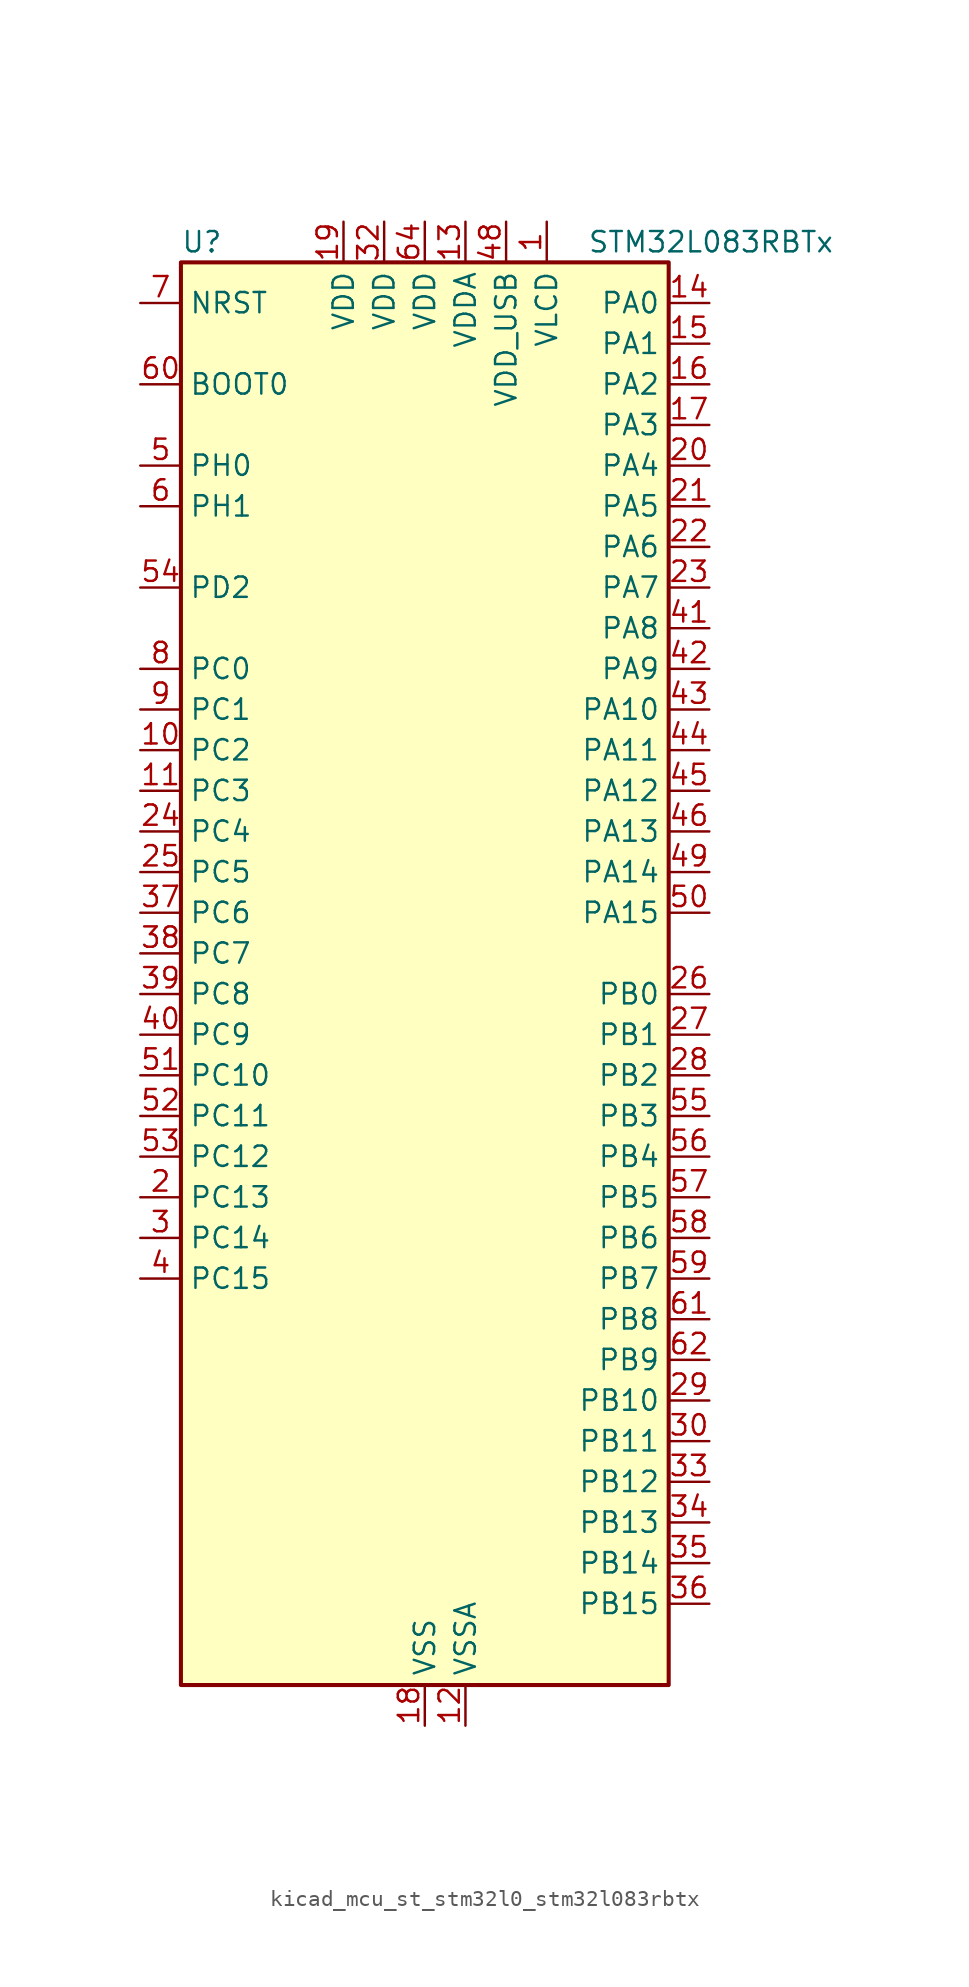
<source format=kicad_sym>
(kicad_symbol_lib
  (version 20220914)
  (generator kicad_symbol_editor)
  (symbol "kicad_mcu_st_stm32l0_stm32l083rbtx"
    (property "Reference" "U"
      (at -15.24 46.99 0)
      (effects (font (size 1.27 1.27)) (justify left)))
    (property "Value" "STM32L083RBTx"
      (at 10.16 46.99 0)
      (effects (font (size 1.27 1.27)) (justify left)))
    (property "ki_locked" ""
      (at 0 0 0)
      (effects (font (size 1.27 1.27))))
    (symbol "kicad_mcu_st_stm32l0_stm32l083rbtx_0_1"
      (rectangle (start -15.24 -43.18) (end 15.24 45.72) (stroke (width 0.254) (type default)) (fill (type background))))
    (symbol "kicad_mcu_st_stm32l0_stm32l083rbtx_1_1"
      (pin power_in line (at 7.62 48.26 270) (length 2.54) (name "VLCD" (effects (font (size 1.27 1.27)))) (number "1" (effects (font (size 1.27 1.27)))))
      (pin bidirectional line (at -17.78 15.24 0) (length 2.54) (name "PC2" (effects (font (size 1.27 1.27)))) (number "10" (effects (font (size 1.27 1.27)))) (alternate "ADC_IN12" bidirectional line) (alternate "I2S2_MCK" bidirectional line) (alternate "LCD_SEG20" bidirectional line) (alternate "LPTIM1_IN2" bidirectional line) (alternate "SPI2_MISO" bidirectional line) (alternate "TSC_G7_IO3" bidirectional line))
      (pin bidirectional line (at -17.78 12.7 0) (length 2.54) (name "PC3" (effects (font (size 1.27 1.27)))) (number "11" (effects (font (size 1.27 1.27)))) (alternate "ADC_IN13" bidirectional line) (alternate "I2S2_SD" bidirectional line) (alternate "LCD_SEG21" bidirectional line) (alternate "LPTIM1_ETR" bidirectional line) (alternate "SPI2_MOSI" bidirectional line) (alternate "TSC_G7_IO4" bidirectional line))
      (pin power_in line (at 2.54 -45.72 90) (length 2.54) (name "VSSA" (effects (font (size 1.27 1.27)))) (number "12" (effects (font (size 1.27 1.27)))))
      (pin power_in line (at 2.54 48.26 270) (length 2.54) (name "VDDA" (effects (font (size 1.27 1.27)))) (number "13" (effects (font (size 1.27 1.27)))))
      (pin bidirectional line (at 17.78 43.18 180) (length 2.54) (name "PA0" (effects (font (size 1.27 1.27)))) (number "14" (effects (font (size 1.27 1.27)))) (alternate "ADC_IN0" bidirectional line) (alternate "COMP1_INM" bidirectional line) (alternate "COMP1_OUT" bidirectional line) (alternate "RTC_TAMP2" bidirectional line) (alternate "SYS_WKUP1" bidirectional line) (alternate "TIM2_CH1" bidirectional line) (alternate "TIM2_ETR" bidirectional line) (alternate "TSC_G1_IO1" bidirectional line) (alternate "USART2_CTS" bidirectional line) (alternate "USART4_TX" bidirectional line))
      (pin bidirectional line (at 17.78 40.64 180) (length 2.54) (name "PA1" (effects (font (size 1.27 1.27)))) (number "15" (effects (font (size 1.27 1.27)))) (alternate "ADC_IN1" bidirectional line) (alternate "COMP1_INP" bidirectional line) (alternate "LCD_SEG0" bidirectional line) (alternate "TIM21_ETR" bidirectional line) (alternate "TIM2_CH2" bidirectional line) (alternate "TSC_G1_IO2" bidirectional line) (alternate "USART2_DE" bidirectional line) (alternate "USART2_RTS" bidirectional line) (alternate "USART4_RX" bidirectional line))
      (pin bidirectional line (at 17.78 38.1 180) (length 2.54) (name "PA2" (effects (font (size 1.27 1.27)))) (number "16" (effects (font (size 1.27 1.27)))) (alternate "ADC_IN2" bidirectional line) (alternate "COMP2_INM" bidirectional line) (alternate "COMP2_OUT" bidirectional line) (alternate "LCD_SEG1" bidirectional line) (alternate "LPUART1_TX" bidirectional line) (alternate "TIM21_CH1" bidirectional line) (alternate "TIM2_CH3" bidirectional line) (alternate "TSC_G1_IO3" bidirectional line) (alternate "USART2_TX" bidirectional line))
      (pin bidirectional line (at 17.78 35.56 180) (length 2.54) (name "PA3" (effects (font (size 1.27 1.27)))) (number "17" (effects (font (size 1.27 1.27)))) (alternate "ADC_IN3" bidirectional line) (alternate "COMP2_INP" bidirectional line) (alternate "LCD_SEG2" bidirectional line) (alternate "LPUART1_RX" bidirectional line) (alternate "TIM21_CH2" bidirectional line) (alternate "TIM2_CH4" bidirectional line) (alternate "TSC_G1_IO4" bidirectional line) (alternate "USART2_RX" bidirectional line))
      (pin power_in line (at 0 -45.72 90) (length 2.54) (name "VSS" (effects (font (size 1.27 1.27)))) (number "18" (effects (font (size 1.27 1.27)))))
      (pin power_in line (at -5.08 48.26 270) (length 2.54) (name "VDD" (effects (font (size 1.27 1.27)))) (number "19" (effects (font (size 1.27 1.27)))))
      (pin bidirectional line (at -17.78 -12.7 0) (length 2.54) (name "PC13" (effects (font (size 1.27 1.27)))) (number "2" (effects (font (size 1.27 1.27)))) (alternate "RTC_OUT_ALARM" bidirectional line) (alternate "RTC_OUT_CALIB" bidirectional line) (alternate "RTC_TAMP1" bidirectional line) (alternate "RTC_TS" bidirectional line) (alternate "SYS_WKUP2" bidirectional line))
      (pin bidirectional line (at 17.78 33.02 180) (length 2.54) (name "PA4" (effects (font (size 1.27 1.27)))) (number "20" (effects (font (size 1.27 1.27)))) (alternate "ADC_IN4" bidirectional line) (alternate "COMP1_INM" bidirectional line) (alternate "COMP2_INM" bidirectional line) (alternate "DAC_OUT1" bidirectional line) (alternate "SPI1_NSS" bidirectional line) (alternate "TIM22_ETR" bidirectional line) (alternate "TSC_G2_IO1" bidirectional line) (alternate "USART2_CK" bidirectional line))
      (pin bidirectional line (at 17.78 30.48 180) (length 2.54) (name "PA5" (effects (font (size 1.27 1.27)))) (number "21" (effects (font (size 1.27 1.27)))) (alternate "ADC_IN5" bidirectional line) (alternate "COMP1_INM" bidirectional line) (alternate "COMP2_INM" bidirectional line) (alternate "DAC_OUT2" bidirectional line) (alternate "SPI1_SCK" bidirectional line) (alternate "TIM2_CH1" bidirectional line) (alternate "TIM2_ETR" bidirectional line) (alternate "TSC_G2_IO2" bidirectional line))
      (pin bidirectional line (at 17.78 27.94 180) (length 2.54) (name "PA6" (effects (font (size 1.27 1.27)))) (number "22" (effects (font (size 1.27 1.27)))) (alternate "ADC_IN6" bidirectional line) (alternate "COMP1_OUT" bidirectional line) (alternate "LCD_SEG3" bidirectional line) (alternate "LPUART1_CTS" bidirectional line) (alternate "SPI1_MISO" bidirectional line) (alternate "TIM22_CH1" bidirectional line) (alternate "TIM3_CH1" bidirectional line) (alternate "TSC_G2_IO3" bidirectional line))
      (pin bidirectional line (at 17.78 25.4 180) (length 2.54) (name "PA7" (effects (font (size 1.27 1.27)))) (number "23" (effects (font (size 1.27 1.27)))) (alternate "ADC_IN7" bidirectional line) (alternate "COMP2_OUT" bidirectional line) (alternate "LCD_SEG4" bidirectional line) (alternate "SPI1_MOSI" bidirectional line) (alternate "TIM22_CH2" bidirectional line) (alternate "TIM3_CH2" bidirectional line) (alternate "TSC_G2_IO4" bidirectional line))
      (pin bidirectional line (at -17.78 10.16 0) (length 2.54) (name "PC4" (effects (font (size 1.27 1.27)))) (number "24" (effects (font (size 1.27 1.27)))) (alternate "ADC_IN14" bidirectional line) (alternate "LCD_SEG22" bidirectional line) (alternate "LPUART1_TX" bidirectional line))
      (pin bidirectional line (at -17.78 7.62 0) (length 2.54) (name "PC5" (effects (font (size 1.27 1.27)))) (number "25" (effects (font (size 1.27 1.27)))) (alternate "ADC_IN15" bidirectional line) (alternate "LCD_SEG23" bidirectional line) (alternate "LPUART1_RX" bidirectional line) (alternate "TSC_G3_IO1" bidirectional line))
      (pin bidirectional line (at 17.78 0 180) (length 2.54) (name "PB0" (effects (font (size 1.27 1.27)))) (number "26" (effects (font (size 1.27 1.27)))) (alternate "ADC_IN8" bidirectional line) (alternate "LCD_SEG5" bidirectional line) (alternate "LCD_VLCD3" bidirectional line) (alternate "SYS_VREF_OUT_PB0" bidirectional line) (alternate "TIM3_CH3" bidirectional line) (alternate "TSC_G3_IO2" bidirectional line))
      (pin bidirectional line (at 17.78 -2.54 180) (length 2.54) (name "PB1" (effects (font (size 1.27 1.27)))) (number "27" (effects (font (size 1.27 1.27)))) (alternate "ADC_IN9" bidirectional line) (alternate "LCD_SEG6" bidirectional line) (alternate "LPUART1_DE" bidirectional line) (alternate "LPUART1_RTS" bidirectional line) (alternate "SYS_VREF_OUT_PB1" bidirectional line) (alternate "TIM3_CH4" bidirectional line) (alternate "TSC_G3_IO3" bidirectional line))
      (pin bidirectional line (at 17.78 -5.08 180) (length 2.54) (name "PB2" (effects (font (size 1.27 1.27)))) (number "28" (effects (font (size 1.27 1.27)))) (alternate "I2C3_SMBA" bidirectional line) (alternate "LCD_VLCD2" bidirectional line) (alternate "LPTIM1_OUT" bidirectional line) (alternate "TSC_G3_IO4" bidirectional line))
      (pin bidirectional line (at 17.78 -25.4 180) (length 2.54) (name "PB10" (effects (font (size 1.27 1.27)))) (number "29" (effects (font (size 1.27 1.27)))) (alternate "I2C2_SCL" bidirectional line) (alternate "LCD_SEG10" bidirectional line) (alternate "LPUART1_RX" bidirectional line) (alternate "LPUART1_TX" bidirectional line) (alternate "SPI2_SCK" bidirectional line) (alternate "TIM2_CH3" bidirectional line) (alternate "TSC_SYNC" bidirectional line))
      (pin bidirectional line (at -17.78 -15.24 0) (length 2.54) (name "PC14" (effects (font (size 1.27 1.27)))) (number "3" (effects (font (size 1.27 1.27)))) (alternate "RCC_OSC32_IN" bidirectional line))
      (pin bidirectional line (at 17.78 -27.94 180) (length 2.54) (name "PB11" (effects (font (size 1.27 1.27)))) (number "30" (effects (font (size 1.27 1.27)))) (alternate "ADC_EXTI11" bidirectional line) (alternate "I2C2_SDA" bidirectional line) (alternate "LCD_SEG11" bidirectional line) (alternate "LPUART1_RX" bidirectional line) (alternate "LPUART1_TX" bidirectional line) (alternate "TIM2_CH4" bidirectional line) (alternate "TSC_G6_IO1" bidirectional line))
      (pin passive line (at 0 -45.72 90) (length 2.54) hide (name "VSS" (effects (font (size 1.27 1.27)))) (number "31" (effects (font (size 1.27 1.27)))))
      (pin power_in line (at -2.54 48.26 270) (length 2.54) (name "VDD" (effects (font (size 1.27 1.27)))) (number "32" (effects (font (size 1.27 1.27)))))
      (pin bidirectional line (at 17.78 -30.48 180) (length 2.54) (name "PB12" (effects (font (size 1.27 1.27)))) (number "33" (effects (font (size 1.27 1.27)))) (alternate "I2S2_WS" bidirectional line) (alternate "LCD_SEG12" bidirectional line) (alternate "LCD_VLCD2" bidirectional line) (alternate "LPUART1_DE" bidirectional line) (alternate "LPUART1_RTS" bidirectional line) (alternate "SPI2_NSS" bidirectional line) (alternate "TSC_G6_IO2" bidirectional line))
      (pin bidirectional line (at 17.78 -33.02 180) (length 2.54) (name "PB13" (effects (font (size 1.27 1.27)))) (number "34" (effects (font (size 1.27 1.27)))) (alternate "I2C2_SCL" bidirectional line) (alternate "I2S2_CK" bidirectional line) (alternate "LCD_SEG13" bidirectional line) (alternate "LPUART1_CTS" bidirectional line) (alternate "RCC_MCO" bidirectional line) (alternate "SPI2_SCK" bidirectional line) (alternate "TIM21_CH1" bidirectional line) (alternate "TSC_G6_IO3" bidirectional line))
      (pin bidirectional line (at 17.78 -35.56 180) (length 2.54) (name "PB14" (effects (font (size 1.27 1.27)))) (number "35" (effects (font (size 1.27 1.27)))) (alternate "I2C2_SDA" bidirectional line) (alternate "I2S2_MCK" bidirectional line) (alternate "LCD_SEG14" bidirectional line) (alternate "LPUART1_DE" bidirectional line) (alternate "LPUART1_RTS" bidirectional line) (alternate "RTC_OUT_ALARM" bidirectional line) (alternate "RTC_OUT_CALIB" bidirectional line) (alternate "SPI2_MISO" bidirectional line) (alternate "TIM21_CH2" bidirectional line) (alternate "TSC_G6_IO4" bidirectional line))
      (pin bidirectional line (at 17.78 -38.1 180) (length 2.54) (name "PB15" (effects (font (size 1.27 1.27)))) (number "36" (effects (font (size 1.27 1.27)))) (alternate "I2S2_SD" bidirectional line) (alternate "LCD_SEG15" bidirectional line) (alternate "RTC_REFIN" bidirectional line) (alternate "SPI2_MOSI" bidirectional line))
      (pin bidirectional line (at -17.78 5.08 0) (length 2.54) (name "PC6" (effects (font (size 1.27 1.27)))) (number "37" (effects (font (size 1.27 1.27)))) (alternate "LCD_SEG24" bidirectional line) (alternate "TIM22_CH1" bidirectional line) (alternate "TIM3_CH1" bidirectional line) (alternate "TSC_G8_IO1" bidirectional line))
      (pin bidirectional line (at -17.78 2.54 0) (length 2.54) (name "PC7" (effects (font (size 1.27 1.27)))) (number "38" (effects (font (size 1.27 1.27)))) (alternate "LCD_SEG25" bidirectional line) (alternate "TIM22_CH2" bidirectional line) (alternate "TIM3_CH2" bidirectional line) (alternate "TSC_G8_IO2" bidirectional line))
      (pin bidirectional line (at -17.78 0 0) (length 2.54) (name "PC8" (effects (font (size 1.27 1.27)))) (number "39" (effects (font (size 1.27 1.27)))) (alternate "LCD_SEG26" bidirectional line) (alternate "TIM22_ETR" bidirectional line) (alternate "TIM3_CH3" bidirectional line) (alternate "TSC_G8_IO3" bidirectional line))
      (pin bidirectional line (at -17.78 -17.78 0) (length 2.54) (name "PC15" (effects (font (size 1.27 1.27)))) (number "4" (effects (font (size 1.27 1.27)))) (alternate "RCC_OSC32_OUT" bidirectional line))
      (pin bidirectional line (at -17.78 -2.54 0) (length 2.54) (name "PC9" (effects (font (size 1.27 1.27)))) (number "40" (effects (font (size 1.27 1.27)))) (alternate "DAC_EXTI9" bidirectional line) (alternate "I2C3_SDA" bidirectional line) (alternate "LCD_SEG27" bidirectional line) (alternate "TIM21_ETR" bidirectional line) (alternate "TIM3_CH4" bidirectional line) (alternate "TSC_G8_IO4" bidirectional line) (alternate "USB_NOE" bidirectional line))
      (pin bidirectional line (at 17.78 22.86 180) (length 2.54) (name "PA8" (effects (font (size 1.27 1.27)))) (number "41" (effects (font (size 1.27 1.27)))) (alternate "CRS_SYNC" bidirectional line) (alternate "I2C3_SCL" bidirectional line) (alternate "LCD_COM0" bidirectional line) (alternate "RCC_MCO" bidirectional line) (alternate "USART1_CK" bidirectional line))
      (pin bidirectional line (at 17.78 20.32 180) (length 2.54) (name "PA9" (effects (font (size 1.27 1.27)))) (number "42" (effects (font (size 1.27 1.27)))) (alternate "DAC_EXTI9" bidirectional line) (alternate "I2C1_SCL" bidirectional line) (alternate "I2C3_SMBA" bidirectional line) (alternate "LCD_COM1" bidirectional line) (alternate "RCC_MCO" bidirectional line) (alternate "TSC_G4_IO1" bidirectional line) (alternate "USART1_TX" bidirectional line))
      (pin bidirectional line (at 17.78 17.78 180) (length 2.54) (name "PA10" (effects (font (size 1.27 1.27)))) (number "43" (effects (font (size 1.27 1.27)))) (alternate "I2C1_SDA" bidirectional line) (alternate "LCD_COM2" bidirectional line) (alternate "TSC_G4_IO2" bidirectional line) (alternate "USART1_RX" bidirectional line))
      (pin bidirectional line (at 17.78 15.24 180) (length 2.54) (name "PA11" (effects (font (size 1.27 1.27)))) (number "44" (effects (font (size 1.27 1.27)))) (alternate "ADC_EXTI11" bidirectional line) (alternate "COMP1_OUT" bidirectional line) (alternate "SPI1_MISO" bidirectional line) (alternate "TSC_G4_IO3" bidirectional line) (alternate "USART1_CTS" bidirectional line) (alternate "USB_DM" bidirectional line))
      (pin bidirectional line (at 17.78 12.7 180) (length 2.54) (name "PA12" (effects (font (size 1.27 1.27)))) (number "45" (effects (font (size 1.27 1.27)))) (alternate "COMP2_OUT" bidirectional line) (alternate "SPI1_MOSI" bidirectional line) (alternate "TSC_G4_IO4" bidirectional line) (alternate "USART1_DE" bidirectional line) (alternate "USART1_RTS" bidirectional line) (alternate "USB_DP" bidirectional line))
      (pin bidirectional line (at 17.78 10.16 180) (length 2.54) (name "PA13" (effects (font (size 1.27 1.27)))) (number "46" (effects (font (size 1.27 1.27)))) (alternate "LPUART1_RX" bidirectional line) (alternate "SYS_SWDIO" bidirectional line) (alternate "USB_NOE" bidirectional line))
      (pin passive line (at 0 -45.72 90) (length 2.54) hide (name "VSS" (effects (font (size 1.27 1.27)))) (number "47" (effects (font (size 1.27 1.27)))))
      (pin power_in line (at 5.08 48.26 270) (length 2.54) (name "VDD_USB" (effects (font (size 1.27 1.27)))) (number "48" (effects (font (size 1.27 1.27)))))
      (pin bidirectional line (at 17.78 7.62 180) (length 2.54) (name "PA14" (effects (font (size 1.27 1.27)))) (number "49" (effects (font (size 1.27 1.27)))) (alternate "LPUART1_TX" bidirectional line) (alternate "SYS_SWCLK" bidirectional line) (alternate "USART2_TX" bidirectional line))
      (pin bidirectional line (at -17.78 33.02 0) (length 2.54) (name "PH0" (effects (font (size 1.27 1.27)))) (number "5" (effects (font (size 1.27 1.27)))) (alternate "CRS_SYNC" bidirectional line) (alternate "RCC_OSC_IN" bidirectional line))
      (pin bidirectional line (at 17.78 5.08 180) (length 2.54) (name "PA15" (effects (font (size 1.27 1.27)))) (number "50" (effects (font (size 1.27 1.27)))) (alternate "LCD_SEG17" bidirectional line) (alternate "SPI1_NSS" bidirectional line) (alternate "TIM2_CH1" bidirectional line) (alternate "TIM2_ETR" bidirectional line) (alternate "USART2_RX" bidirectional line) (alternate "USART4_DE" bidirectional line) (alternate "USART4_RTS" bidirectional line))
      (pin bidirectional line (at -17.78 -5.08 0) (length 2.54) (name "PC10" (effects (font (size 1.27 1.27)))) (number "51" (effects (font (size 1.27 1.27)))) (alternate "LCD_COM4" bidirectional line) (alternate "LCD_SEG28" bidirectional line) (alternate "LPUART1_TX" bidirectional line) (alternate "USART4_TX" bidirectional line))
      (pin bidirectional line (at -17.78 -7.62 0) (length 2.54) (name "PC11" (effects (font (size 1.27 1.27)))) (number "52" (effects (font (size 1.27 1.27)))) (alternate "ADC_EXTI11" bidirectional line) (alternate "LCD_COM5" bidirectional line) (alternate "LCD_SEG29" bidirectional line) (alternate "LPUART1_RX" bidirectional line) (alternate "USART4_RX" bidirectional line))
      (pin bidirectional line (at -17.78 -10.16 0) (length 2.54) (name "PC12" (effects (font (size 1.27 1.27)))) (number "53" (effects (font (size 1.27 1.27)))) (alternate "LCD_COM6" bidirectional line) (alternate "LCD_SEG30" bidirectional line) (alternate "USART4_CK" bidirectional line) (alternate "USART5_TX" bidirectional line))
      (pin bidirectional line (at -17.78 25.4 0) (length 2.54) (name "PD2" (effects (font (size 1.27 1.27)))) (number "54" (effects (font (size 1.27 1.27)))) (alternate "LCD_COM7" bidirectional line) (alternate "LCD_SEG31" bidirectional line) (alternate "LPUART1_DE" bidirectional line) (alternate "LPUART1_RTS" bidirectional line) (alternate "TIM3_ETR" bidirectional line) (alternate "USART5_RX" bidirectional line))
      (pin bidirectional line (at 17.78 -7.62 180) (length 2.54) (name "PB3" (effects (font (size 1.27 1.27)))) (number "55" (effects (font (size 1.27 1.27)))) (alternate "COMP2_INM" bidirectional line) (alternate "LCD_SEG7" bidirectional line) (alternate "SPI1_SCK" bidirectional line) (alternate "TIM2_CH2" bidirectional line) (alternate "TSC_G5_IO1" bidirectional line) (alternate "USART1_DE" bidirectional line) (alternate "USART1_RTS" bidirectional line) (alternate "USART5_TX" bidirectional line))
      (pin bidirectional line (at 17.78 -10.16 180) (length 2.54) (name "PB4" (effects (font (size 1.27 1.27)))) (number "56" (effects (font (size 1.27 1.27)))) (alternate "COMP2_INP" bidirectional line) (alternate "I2C3_SDA" bidirectional line) (alternate "LCD_SEG8" bidirectional line) (alternate "SPI1_MISO" bidirectional line) (alternate "TIM22_CH1" bidirectional line) (alternate "TIM3_CH1" bidirectional line) (alternate "TSC_G5_IO2" bidirectional line) (alternate "USART1_CTS" bidirectional line) (alternate "USART5_RX" bidirectional line))
      (pin bidirectional line (at 17.78 -12.7 180) (length 2.54) (name "PB5" (effects (font (size 1.27 1.27)))) (number "57" (effects (font (size 1.27 1.27)))) (alternate "COMP2_INP" bidirectional line) (alternate "I2C1_SMBA" bidirectional line) (alternate "LCD_SEG9" bidirectional line) (alternate "LPTIM1_IN1" bidirectional line) (alternate "SPI1_MOSI" bidirectional line) (alternate "TIM22_CH2" bidirectional line) (alternate "TIM3_CH2" bidirectional line) (alternate "USART1_CK" bidirectional line) (alternate "USART5_CK" bidirectional line) (alternate "USART5_DE" bidirectional line) (alternate "USART5_RTS" bidirectional line))
      (pin bidirectional line (at 17.78 -15.24 180) (length 2.54) (name "PB6" (effects (font (size 1.27 1.27)))) (number "58" (effects (font (size 1.27 1.27)))) (alternate "COMP2_INP" bidirectional line) (alternate "I2C1_SCL" bidirectional line) (alternate "LPTIM1_ETR" bidirectional line) (alternate "TSC_G5_IO3" bidirectional line) (alternate "USART1_TX" bidirectional line))
      (pin bidirectional line (at 17.78 -17.78 180) (length 2.54) (name "PB7" (effects (font (size 1.27 1.27)))) (number "59" (effects (font (size 1.27 1.27)))) (alternate "COMP2_INP" bidirectional line) (alternate "I2C1_SDA" bidirectional line) (alternate "LPTIM1_IN2" bidirectional line) (alternate "SYS_PVD_IN" bidirectional line) (alternate "TSC_G5_IO4" bidirectional line) (alternate "USART1_RX" bidirectional line) (alternate "USART4_CTS" bidirectional line))
      (pin bidirectional line (at -17.78 30.48 0) (length 2.54) (name "PH1" (effects (font (size 1.27 1.27)))) (number "6" (effects (font (size 1.27 1.27)))) (alternate "RCC_OSC_OUT" bidirectional line))
      (pin input line (at -17.78 38.1 0) (length 2.54) (name "BOOT0" (effects (font (size 1.27 1.27)))) (number "60" (effects (font (size 1.27 1.27)))))
      (pin bidirectional line (at 17.78 -20.32 180) (length 2.54) (name "PB8" (effects (font (size 1.27 1.27)))) (number "61" (effects (font (size 1.27 1.27)))) (alternate "I2C1_SCL" bidirectional line) (alternate "LCD_SEG16" bidirectional line) (alternate "TSC_SYNC" bidirectional line))
      (pin bidirectional line (at 17.78 -22.86 180) (length 2.54) (name "PB9" (effects (font (size 1.27 1.27)))) (number "62" (effects (font (size 1.27 1.27)))) (alternate "DAC_EXTI9" bidirectional line) (alternate "I2C1_SDA" bidirectional line) (alternate "I2S2_WS" bidirectional line) (alternate "LCD_COM3" bidirectional line) (alternate "SPI2_NSS" bidirectional line))
      (pin passive line (at 0 -45.72 90) (length 2.54) hide (name "VSS" (effects (font (size 1.27 1.27)))) (number "63" (effects (font (size 1.27 1.27)))))
      (pin power_in line (at 0 48.26 270) (length 2.54) (name "VDD" (effects (font (size 1.27 1.27)))) (number "64" (effects (font (size 1.27 1.27)))))
      (pin input line (at -17.78 43.18 0) (length 2.54) (name "NRST" (effects (font (size 1.27 1.27)))) (number "7" (effects (font (size 1.27 1.27)))))
      (pin bidirectional line (at -17.78 20.32 0) (length 2.54) (name "PC0" (effects (font (size 1.27 1.27)))) (number "8" (effects (font (size 1.27 1.27)))) (alternate "ADC_IN10" bidirectional line) (alternate "I2C3_SCL" bidirectional line) (alternate "LCD_SEG18" bidirectional line) (alternate "LPTIM1_IN1" bidirectional line) (alternate "LPUART1_RX" bidirectional line) (alternate "TSC_G7_IO1" bidirectional line))
      (pin bidirectional line (at -17.78 17.78 0) (length 2.54) (name "PC1" (effects (font (size 1.27 1.27)))) (number "9" (effects (font (size 1.27 1.27)))) (alternate "ADC_IN11" bidirectional line) (alternate "I2C3_SDA" bidirectional line) (alternate "LCD_SEG19" bidirectional line) (alternate "LPTIM1_OUT" bidirectional line) (alternate "LPUART1_TX" bidirectional line) (alternate "TSC_G7_IO2" bidirectional line)))))
</source>
